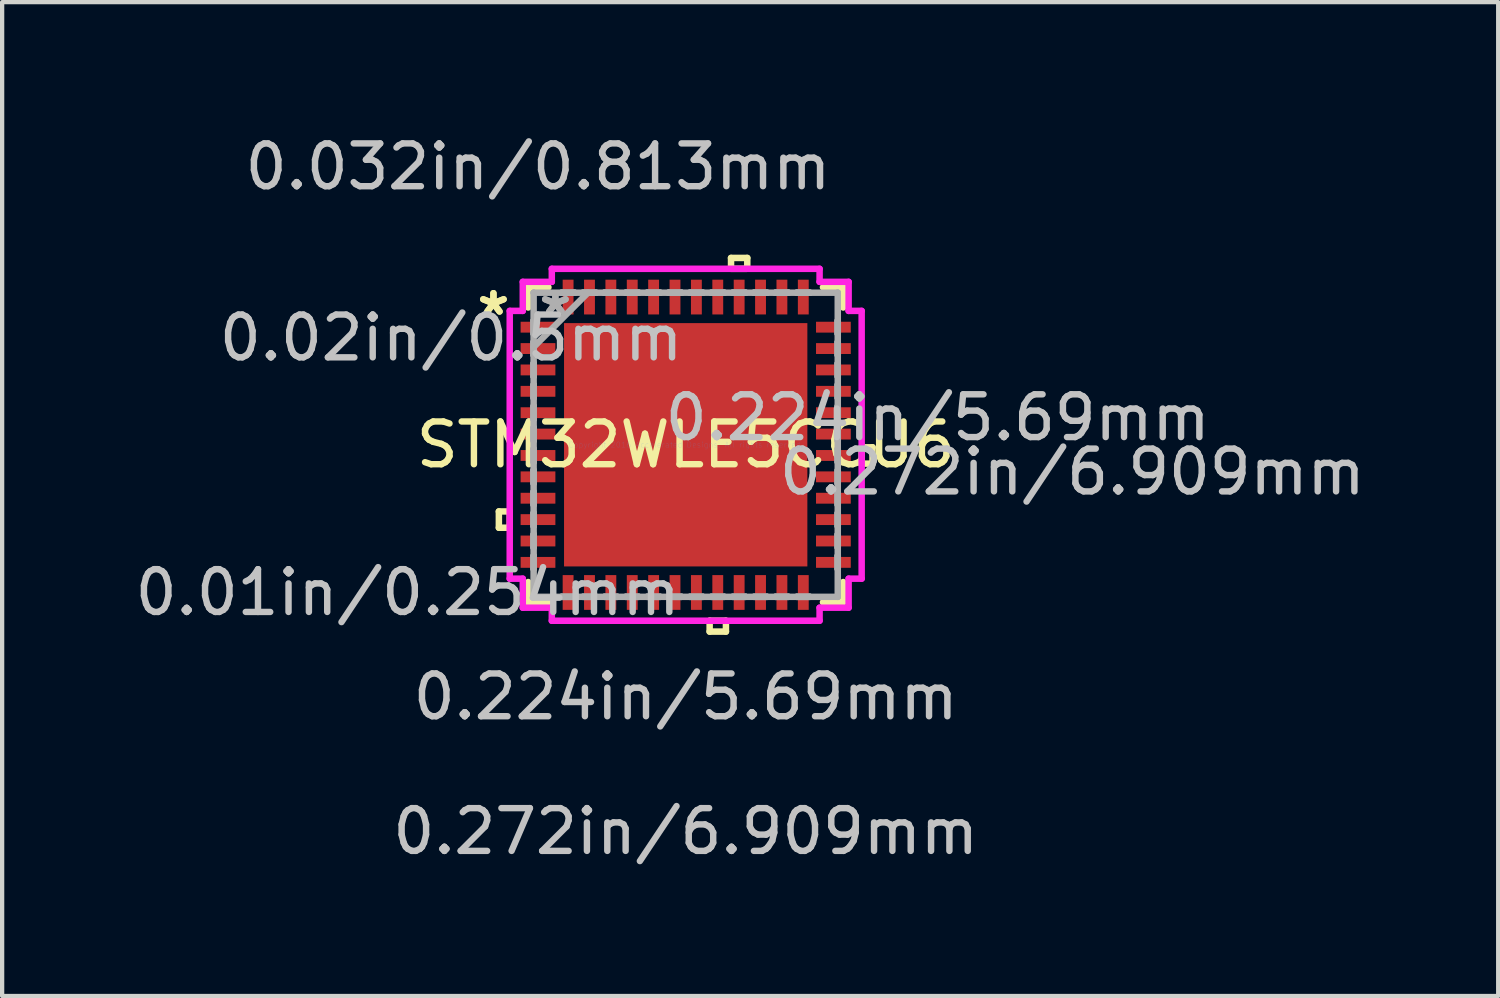
<source format=kicad_pcb>
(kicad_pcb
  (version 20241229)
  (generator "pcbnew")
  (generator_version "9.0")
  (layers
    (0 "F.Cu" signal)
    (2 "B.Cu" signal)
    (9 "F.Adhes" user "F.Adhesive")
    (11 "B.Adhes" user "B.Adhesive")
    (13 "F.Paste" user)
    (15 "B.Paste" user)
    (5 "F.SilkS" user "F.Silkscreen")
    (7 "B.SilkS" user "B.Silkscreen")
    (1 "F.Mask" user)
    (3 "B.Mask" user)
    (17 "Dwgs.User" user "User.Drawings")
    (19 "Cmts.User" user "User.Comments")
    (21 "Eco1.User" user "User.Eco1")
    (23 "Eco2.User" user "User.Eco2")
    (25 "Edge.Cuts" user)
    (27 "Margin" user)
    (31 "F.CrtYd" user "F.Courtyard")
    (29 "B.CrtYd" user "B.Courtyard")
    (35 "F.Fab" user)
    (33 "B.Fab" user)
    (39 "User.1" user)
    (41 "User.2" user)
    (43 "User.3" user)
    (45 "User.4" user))
  (footprint "STM32WLE5CCU6"
    (layer "F.Cu")
    (at 12.985 7.351)
    (property "Reference" "STM32WLE5CCU6" (at 0 0 0) (layer "F.SilkS") (effects (font (size 1 1) (thickness 0.15))))
    (attr through_hole)
    (fp_line (start -4.369 1.559) (end -4.369 1.94) (stroke (width 0.152) (type solid)) (layer "F.SilkS"))
    (fp_line (start -4.369 1.94) (end -4.115 1.94) (stroke (width 0.152) (type solid)) (layer "F.SilkS"))
    (fp_line (start -4.115 1.559) (end -4.369 1.559) (stroke (width 0.152) (type solid)) (layer "F.SilkS"))
    (fp_line (start -4.115 1.94) (end -4.115 1.559) (stroke (width 0.152) (type solid)) (layer "F.SilkS"))
    (fp_line (start -3.683 -3.683) (end -3.683 -3.21) (stroke (width 0.152) (type solid)) (layer "F.SilkS"))
    (fp_line (start -3.683 3.21) (end -3.683 3.683) (stroke (width 0.152) (type solid)) (layer "F.SilkS"))
    (fp_line (start -3.683 3.683) (end -3.21 3.683) (stroke (width 0.152) (type solid)) (layer "F.SilkS"))
    (fp_line (start -3.21 -3.683) (end -3.683 -3.683) (stroke (width 0.152) (type solid)) (layer "F.SilkS"))
    (fp_line (start 0.56 4.115) (end 0.56 4.369) (stroke (width 0.152) (type solid)) (layer "F.SilkS"))
    (fp_line (start 0.56 4.369) (end 0.941 4.369) (stroke (width 0.152) (type solid)) (layer "F.SilkS"))
    (fp_line (start 0.941 4.115) (end 0.56 4.115) (stroke (width 0.152) (type solid)) (layer "F.SilkS"))
    (fp_line (start 0.941 4.369) (end 0.941 4.115) (stroke (width 0.152) (type solid)) (layer "F.SilkS"))
    (fp_line (start 1.06 -4.369) (end 1.44 -4.369) (stroke (width 0.152) (type solid)) (layer "F.SilkS"))
    (fp_line (start 1.06 -4.115) (end 1.06 -4.369) (stroke (width 0.152) (type solid)) (layer "F.SilkS"))
    (fp_line (start 1.44 -4.369) (end 1.44 -4.115) (stroke (width 0.152) (type solid)) (layer "F.SilkS"))
    (fp_line (start 1.44 -4.115) (end 1.06 -4.115) (stroke (width 0.152) (type solid)) (layer "F.SilkS"))
    (fp_line (start 3.21 3.683) (end 3.683 3.683) (stroke (width 0.152) (type solid)) (layer "F.SilkS"))
    (fp_line (start 3.683 -3.683) (end 3.21 -3.683) (stroke (width 0.152) (type solid)) (layer "F.SilkS"))
    (fp_line (start 3.683 -3.21) (end 3.683 -3.683) (stroke (width 0.152) (type solid)) (layer "F.SilkS"))
    (fp_line (start 3.683 3.683) (end 3.683 3.21) (stroke (width 0.152) (type solid)) (layer "F.SilkS"))
    (fp_line (start 4.115 0.059) (end 4.369 0.059) (stroke (width 0.152) (type solid)) (layer "F.SilkS"))
    (fp_line (start 4.115 0.441) (end 4.115 0.059) (stroke (width 0.152) (type solid)) (layer "F.SilkS"))
    (fp_line (start 4.369 0.059) (end 4.369 0.441) (stroke (width 0.152) (type solid)) (layer "F.SilkS"))
    (fp_line (start 4.369 0.441) (end 4.115 0.441) (stroke (width 0.152) (type solid)) (layer "F.SilkS"))
    (fp_line (start -2.745 -2.745) (end -2.745 -1.522) (stroke (width 0.152) (type solid)) (layer "F.Paste"))
    (fp_line (start -2.745 -1.522) (end -1.522 -1.522) (stroke (width 0.152) (type solid)) (layer "F.Paste"))
    (fp_line (start -2.745 -1.322) (end -2.745 -0.1) (stroke (width 0.152) (type solid)) (layer "F.Paste"))
    (fp_line (start -2.745 -0.1) (end -1.522 -0.1) (stroke (width 0.152) (type solid)) (layer "F.Paste"))
    (fp_line (start -2.745 0.1) (end -2.745 1.322) (stroke (width 0.152) (type solid)) (layer "F.Paste"))
    (fp_line (start -2.745 1.322) (end -1.522 1.322) (stroke (width 0.152) (type solid)) (layer "F.Paste"))
    (fp_line (start -2.745 1.522) (end -2.745 2.745) (stroke (width 0.152) (type solid)) (layer "F.Paste"))
    (fp_line (start -2.745 2.745) (end -1.522 2.745) (stroke (width 0.152) (type solid)) (layer "F.Paste"))
    (fp_line (start -1.522 -2.745) (end -2.745 -2.745) (stroke (width 0.152) (type solid)) (layer "F.Paste"))
    (fp_line (start -1.522 -1.522) (end -1.522 -2.745) (stroke (width 0.152) (type solid)) (layer "F.Paste"))
    (fp_line (start -1.522 -1.322) (end -2.745 -1.322) (stroke (width 0.152) (type solid)) (layer "F.Paste"))
    (fp_line (start -1.522 -0.1) (end -1.522 -1.322) (stroke (width 0.152) (type solid)) (layer "F.Paste"))
    (fp_line (start -1.522 0.1) (end -2.745 0.1) (stroke (width 0.152) (type solid)) (layer "F.Paste"))
    (fp_line (start -1.522 1.322) (end -1.522 0.1) (stroke (width 0.152) (type solid)) (layer "F.Paste"))
    (fp_line (start -1.522 1.522) (end -2.745 1.522) (stroke (width 0.152) (type solid)) (layer "F.Paste"))
    (fp_line (start -1.522 2.745) (end -1.522 1.522) (stroke (width 0.152) (type solid)) (layer "F.Paste"))
    (fp_line (start -1.322 -2.745) (end -1.322 -1.522) (stroke (width 0.152) (type solid)) (layer "F.Paste"))
    (fp_line (start -1.322 -1.522) (end -0.1 -1.522) (stroke (width 0.152) (type solid)) (layer "F.Paste"))
    (fp_line (start -1.322 -1.322) (end -1.322 -0.1) (stroke (width 0.152) (type solid)) (layer "F.Paste"))
    (fp_line (start -1.322 -0.1) (end -0.1 -0.1) (stroke (width 0.152) (type solid)) (layer "F.Paste"))
    (fp_line (start -1.322 0.1) (end -1.322 1.322) (stroke (width 0.152) (type solid)) (layer "F.Paste"))
    (fp_line (start -1.322 1.322) (end -0.1 1.322) (stroke (width 0.152) (type solid)) (layer "F.Paste"))
    (fp_line (start -1.322 1.522) (end -1.322 2.745) (stroke (width 0.152) (type solid)) (layer "F.Paste"))
    (fp_line (start -1.322 2.745) (end -0.1 2.745) (stroke (width 0.152) (type solid)) (layer "F.Paste"))
    (fp_line (start -0.1 -2.745) (end -1.322 -2.745) (stroke (width 0.152) (type solid)) (layer "F.Paste"))
    (fp_line (start -0.1 -1.522) (end -0.1 -2.745) (stroke (width 0.152) (type solid)) (layer "F.Paste"))
    (fp_line (start -0.1 -1.322) (end -1.322 -1.322) (stroke (width 0.152) (type solid)) (layer "F.Paste"))
    (fp_line (start -0.1 -0.1) (end -0.1 -1.322) (stroke (width 0.152) (type solid)) (layer "F.Paste"))
    (fp_line (start -0.1 0.1) (end -1.322 0.1) (stroke (width 0.152) (type solid)) (layer "F.Paste"))
    (fp_line (start -0.1 1.322) (end -0.1 0.1) (stroke (width 0.152) (type solid)) (layer "F.Paste"))
    (fp_line (start -0.1 1.522) (end -1.322 1.522) (stroke (width 0.152) (type solid)) (layer "F.Paste"))
    (fp_line (start -0.1 2.745) (end -0.1 1.522) (stroke (width 0.152) (type solid)) (layer "F.Paste"))
    (fp_line (start 0.1 -2.745) (end 0.1 -1.522) (stroke (width 0.152) (type solid)) (layer "F.Paste"))
    (fp_line (start 0.1 -1.522) (end 1.322 -1.522) (stroke (width 0.152) (type solid)) (layer "F.Paste"))
    (fp_line (start 0.1 -1.322) (end 0.1 -0.1) (stroke (width 0.152) (type solid)) (layer "F.Paste"))
    (fp_line (start 0.1 -0.1) (end 1.322 -0.1) (stroke (width 0.152) (type solid)) (layer "F.Paste"))
    (fp_line (start 0.1 0.1) (end 0.1 1.322) (stroke (width 0.152) (type solid)) (layer "F.Paste"))
    (fp_line (start 0.1 1.322) (end 1.322 1.322) (stroke (width 0.152) (type solid)) (layer "F.Paste"))
    (fp_line (start 0.1 1.522) (end 0.1 2.745) (stroke (width 0.152) (type solid)) (layer "F.Paste"))
    (fp_line (start 0.1 2.745) (end 1.322 2.745) (stroke (width 0.152) (type solid)) (layer "F.Paste"))
    (fp_line (start 1.322 -2.745) (end 0.1 -2.745) (stroke (width 0.152) (type solid)) (layer "F.Paste"))
    (fp_line (start 1.322 -1.522) (end 1.322 -2.745) (stroke (width 0.152) (type solid)) (layer "F.Paste"))
    (fp_line (start 1.322 -1.322) (end 0.1 -1.322) (stroke (width 0.152) (type solid)) (layer "F.Paste"))
    (fp_line (start 1.322 -0.1) (end 1.322 -1.322) (stroke (width 0.152) (type solid)) (layer "F.Paste"))
    (fp_line (start 1.322 0.1) (end 0.1 0.1) (stroke (width 0.152) (type solid)) (layer "F.Paste"))
    (fp_line (start 1.322 1.322) (end 1.322 0.1) (stroke (width 0.152) (type solid)) (layer "F.Paste"))
    (fp_line (start 1.322 1.522) (end 0.1 1.522) (stroke (width 0.152) (type solid)) (layer "F.Paste"))
    (fp_line (start 1.322 2.745) (end 1.322 1.522) (stroke (width 0.152) (type solid)) (layer "F.Paste"))
    (fp_line (start 1.522 -2.745) (end 1.522 -1.522) (stroke (width 0.152) (type solid)) (layer "F.Paste"))
    (fp_line (start 1.522 -1.522) (end 2.745 -1.522) (stroke (width 0.152) (type solid)) (layer "F.Paste"))
    (fp_line (start 1.522 -1.322) (end 1.522 -0.1) (stroke (width 0.152) (type solid)) (layer "F.Paste"))
    (fp_line (start 1.522 -0.1) (end 2.745 -0.1) (stroke (width 0.152) (type solid)) (layer "F.Paste"))
    (fp_line (start 1.522 0.1) (end 1.522 1.322) (stroke (width 0.152) (type solid)) (layer "F.Paste"))
    (fp_line (start 1.522 1.322) (end 2.745 1.322) (stroke (width 0.152) (type solid)) (layer "F.Paste"))
    (fp_line (start 1.522 1.522) (end 1.522 2.745) (stroke (width 0.152) (type solid)) (layer "F.Paste"))
    (fp_line (start 1.522 2.745) (end 2.745 2.745) (stroke (width 0.152) (type solid)) (layer "F.Paste"))
    (fp_line (start 2.745 -2.745) (end 1.522 -2.745) (stroke (width 0.152) (type solid)) (layer "F.Paste"))
    (fp_line (start 2.745 -1.522) (end 2.745 -2.745) (stroke (width 0.152) (type solid)) (layer "F.Paste"))
    (fp_line (start 2.745 -1.322) (end 1.522 -1.322) (stroke (width 0.152) (type solid)) (layer "F.Paste"))
    (fp_line (start 2.745 -0.1) (end 2.745 -1.322) (stroke (width 0.152) (type solid)) (layer "F.Paste"))
    (fp_line (start 2.745 0.1) (end 1.522 0.1) (stroke (width 0.152) (type solid)) (layer "F.Paste"))
    (fp_line (start 2.745 1.322) (end 2.745 0.1) (stroke (width 0.152) (type solid)) (layer "F.Paste"))
    (fp_line (start 2.745 1.522) (end 1.522 1.522) (stroke (width 0.152) (type solid)) (layer "F.Paste"))
    (fp_line (start 2.745 2.745) (end 2.745 1.522) (stroke (width 0.152) (type solid)) (layer "F.Paste"))
    (fp_line (start -4.115 -3.131) (end -3.81 -3.131) (stroke (width 0.152) (type solid)) (layer "F.CrtYd"))
    (fp_line (start -4.115 3.131) (end -4.115 -3.131) (stroke (width 0.152) (type solid)) (layer "F.CrtYd"))
    (fp_line (start -3.81 -3.81) (end -3.131 -3.81) (stroke (width 0.152) (type solid)) (layer "F.CrtYd"))
    (fp_line (start -3.81 -3.131) (end -3.81 -3.81) (stroke (width 0.152) (type solid)) (layer "F.CrtYd"))
    (fp_line (start -3.81 3.131) (end -4.115 3.131) (stroke (width 0.152) (type solid)) (layer "F.CrtYd"))
    (fp_line (start -3.81 3.81) (end -3.81 3.131) (stroke (width 0.152) (type solid)) (layer "F.CrtYd"))
    (fp_line (start -3.131 -4.115) (end 3.131 -4.115) (stroke (width 0.152) (type solid)) (layer "F.CrtYd"))
    (fp_line (start -3.131 -3.81) (end -3.131 -4.115) (stroke (width 0.152) (type solid)) (layer "F.CrtYd"))
    (fp_line (start -3.131 3.81) (end -3.81 3.81) (stroke (width 0.152) (type solid)) (layer "F.CrtYd"))
    (fp_line (start -3.131 4.115) (end -3.131 3.81) (stroke (width 0.152) (type solid)) (layer "F.CrtYd"))
    (fp_line (start 3.131 -4.115) (end 3.131 -3.81) (stroke (width 0.152) (type solid)) (layer "F.CrtYd"))
    (fp_line (start 3.131 -3.81) (end 3.81 -3.81) (stroke (width 0.152) (type solid)) (layer "F.CrtYd"))
    (fp_line (start 3.131 3.81) (end 3.131 4.115) (stroke (width 0.152) (type solid)) (layer "F.CrtYd"))
    (fp_line (start 3.131 4.115) (end -3.131 4.115) (stroke (width 0.152) (type solid)) (layer "F.CrtYd"))
    (fp_line (start 3.81 -3.81) (end 3.81 -3.131) (stroke (width 0.152) (type solid)) (layer "F.CrtYd"))
    (fp_line (start 3.81 -3.131) (end 4.115 -3.131) (stroke (width 0.152) (type solid)) (layer "F.CrtYd"))
    (fp_line (start 3.81 3.131) (end 3.81 3.81) (stroke (width 0.152) (type solid)) (layer "F.CrtYd"))
    (fp_line (start 3.81 3.81) (end 3.131 3.81) (stroke (width 0.152) (type solid)) (layer "F.CrtYd"))
    (fp_line (start 4.115 -3.131) (end 4.115 3.131) (stroke (width 0.152) (type solid)) (layer "F.CrtYd"))
    (fp_line (start 4.115 3.131) (end 3.81 3.131) (stroke (width 0.152) (type solid)) (layer "F.CrtYd"))
    (fp_line (start -3.556 -3.556) (end -3.556 -3.556) (stroke (width 0.152) (type solid)) (layer "F.Fab"))
    (fp_line (start -3.556 -3.556) (end -3.556 3.556) (stroke (width 0.152) (type solid)) (layer "F.Fab"))
    (fp_line (start -3.556 -2.902) (end -3.556 -2.902) (stroke (width 0.152) (type solid)) (layer "F.Fab"))
    (fp_line (start -3.556 -2.902) (end -3.556 -2.598) (stroke (width 0.152) (type solid)) (layer "F.Fab"))
    (fp_line (start -3.556 -2.598) (end -3.556 -2.902) (stroke (width 0.152) (type solid)) (layer "F.Fab"))
    (fp_line (start -3.556 -2.598) (end -3.556 -2.598) (stroke (width 0.152) (type solid)) (layer "F.Fab"))
    (fp_line (start -3.556 -2.402) (end -3.556 -2.402) (stroke (width 0.152) (type solid)) (layer "F.Fab"))
    (fp_line (start -3.556 -2.402) (end -3.556 -2.098) (stroke (width 0.152) (type solid)) (layer "F.Fab"))
    (fp_line (start -3.556 -2.286) (end -2.286 -3.556) (stroke (width 0.152) (type solid)) (layer "F.Fab"))
    (fp_line (start -3.556 -2.098) (end -3.556 -2.402) (stroke (width 0.152) (type solid)) (layer "F.Fab"))
    (fp_line (start -3.556 -2.098) (end -3.556 -2.098) (stroke (width 0.152) (type solid)) (layer "F.Fab"))
    (fp_line (start -3.556 -1.902) (end -3.556 -1.902) (stroke (width 0.152) (type solid)) (layer "F.Fab"))
    (fp_line (start -3.556 -1.902) (end -3.556 -1.598) (stroke (width 0.152) (type solid)) (layer "F.Fab"))
    (fp_line (start -3.556 -1.598) (end -3.556 -1.902) (stroke (width 0.152) (type solid)) (layer "F.Fab"))
    (fp_line (start -3.556 -1.598) (end -3.556 -1.598) (stroke (width 0.152) (type solid)) (layer "F.Fab"))
    (fp_line (start -3.556 -1.402) (end -3.556 -1.402) (stroke (width 0.152) (type solid)) (layer "F.Fab"))
    (fp_line (start -3.556 -1.402) (end -3.556 -1.098) (stroke (width 0.152) (type solid)) (layer "F.Fab"))
    (fp_line (start -3.556 -1.098) (end -3.556 -1.402) (stroke (width 0.152) (type solid)) (layer "F.Fab"))
    (fp_line (start -3.556 -1.098) (end -3.556 -1.098) (stroke (width 0.152) (type solid)) (layer "F.Fab"))
    (fp_line (start -3.556 -0.902) (end -3.556 -0.902) (stroke (width 0.152) (type solid)) (layer "F.Fab"))
    (fp_line (start -3.556 -0.902) (end -3.556 -0.598) (stroke (width 0.152) (type solid)) (layer "F.Fab"))
    (fp_line (start -3.556 -0.598) (end -3.556 -0.902) (stroke (width 0.152) (type solid)) (layer "F.Fab"))
    (fp_line (start -3.556 -0.598) (end -3.556 -0.598) (stroke (width 0.152) (type solid)) (layer "F.Fab"))
    (fp_line (start -3.556 -0.402) (end -3.556 -0.402) (stroke (width 0.152) (type solid)) (layer "F.Fab"))
    (fp_line (start -3.556 -0.402) (end -3.556 -0.098) (stroke (width 0.152) (type solid)) (layer "F.Fab"))
    (fp_line (start -3.556 -0.098) (end -3.556 -0.402) (stroke (width 0.152) (type solid)) (layer "F.Fab"))
    (fp_line (start -3.556 -0.098) (end -3.556 -0.098) (stroke (width 0.152) (type solid)) (layer "F.Fab"))
    (fp_line (start -3.556 0.098) (end -3.556 0.098) (stroke (width 0.152) (type solid)) (layer "F.Fab"))
    (fp_line (start -3.556 0.098) (end -3.556 0.402) (stroke (width 0.152) (type solid)) (layer "F.Fab"))
    (fp_line (start -3.556 0.402) (end -3.556 0.098) (stroke (width 0.152) (type solid)) (layer "F.Fab"))
    (fp_line (start -3.556 0.402) (end -3.556 0.402) (stroke (width 0.152) (type solid)) (layer "F.Fab"))
    (fp_line (start -3.556 0.598) (end -3.556 0.598) (stroke (width 0.152) (type solid)) (layer "F.Fab"))
    (fp_line (start -3.556 0.598) (end -3.556 0.902) (stroke (width 0.152) (type solid)) (layer "F.Fab"))
    (fp_line (start -3.556 0.902) (end -3.556 0.598) (stroke (width 0.152) (type solid)) (layer "F.Fab"))
    (fp_line (start -3.556 0.902) (end -3.556 0.902) (stroke (width 0.152) (type solid)) (layer "F.Fab"))
    (fp_line (start -3.556 1.098) (end -3.556 1.098) (stroke (width 0.152) (type solid)) (layer "F.Fab"))
    (fp_line (start -3.556 1.098) (end -3.556 1.402) (stroke (width 0.152) (type solid)) (layer "F.Fab"))
    (fp_line (start -3.556 1.402) (end -3.556 1.098) (stroke (width 0.152) (type solid)) (layer "F.Fab"))
    (fp_line (start -3.556 1.402) (end -3.556 1.402) (stroke (width 0.152) (type solid)) (layer "F.Fab"))
    (fp_line (start -3.556 1.598) (end -3.556 1.598) (stroke (width 0.152) (type solid)) (layer "F.Fab"))
    (fp_line (start -3.556 1.598) (end -3.556 1.902) (stroke (width 0.152) (type solid)) (layer "F.Fab"))
    (fp_line (start -3.556 1.902) (end -3.556 1.598) (stroke (width 0.152) (type solid)) (layer "F.Fab"))
    (fp_line (start -3.556 1.902) (end -3.556 1.902) (stroke (width 0.152) (type solid)) (layer "F.Fab"))
    (fp_line (start -3.556 2.098) (end -3.556 2.098) (stroke (width 0.152) (type solid)) (layer "F.Fab"))
    (fp_line (start -3.556 2.098) (end -3.556 2.402) (stroke (width 0.152) (type solid)) (layer "F.Fab"))
    (fp_line (start -3.556 2.402) (end -3.556 2.098) (stroke (width 0.152) (type solid)) (layer "F.Fab"))
    (fp_line (start -3.556 2.402) (end -3.556 2.402) (stroke (width 0.152) (type solid)) (layer "F.Fab"))
    (fp_line (start -3.556 2.598) (end -3.556 2.598) (stroke (width 0.152) (type solid)) (layer "F.Fab"))
    (fp_line (start -3.556 2.598) (end -3.556 2.902) (stroke (width 0.152) (type solid)) (layer "F.Fab"))
    (fp_line (start -3.556 2.902) (end -3.556 2.598) (stroke (width 0.152) (type solid)) (layer "F.Fab"))
    (fp_line (start -3.556 2.902) (end -3.556 2.902) (stroke (width 0.152) (type solid)) (layer "F.Fab"))
    (fp_line (start -3.556 3.556) (end -3.556 3.556) (stroke (width 0.152) (type solid)) (layer "F.Fab"))
    (fp_line (start -3.556 3.556) (end 3.556 3.556) (stroke (width 0.152) (type solid)) (layer "F.Fab"))
    (fp_line (start -2.902 -3.556) (end -2.902 -3.556) (stroke (width 0.152) (type solid)) (layer "F.Fab"))
    (fp_line (start -2.902 -3.556) (end -2.598 -3.556) (stroke (width 0.152) (type solid)) (layer "F.Fab"))
    (fp_line (start -2.902 3.556) (end -2.902 3.556) (stroke (width 0.152) (type solid)) (layer "F.Fab"))
    (fp_line (start -2.902 3.556) (end -2.598 3.556) (stroke (width 0.152) (type solid)) (layer "F.Fab"))
    (fp_line (start -2.598 -3.556) (end -2.902 -3.556) (stroke (width 0.152) (type solid)) (layer "F.Fab"))
    (fp_line (start -2.598 -3.556) (end -2.598 -3.556) (stroke (width 0.152) (type solid)) (layer "F.Fab"))
    (fp_line (start -2.598 3.556) (end -2.902 3.556) (stroke (width 0.152) (type solid)) (layer "F.Fab"))
    (fp_line (start -2.598 3.556) (end -2.598 3.556) (stroke (width 0.152) (type solid)) (layer "F.Fab"))
    (fp_line (start -2.402 -3.556) (end -2.402 -3.556) (stroke (width 0.152) (type solid)) (layer "F.Fab"))
    (fp_line (start -2.402 -3.556) (end -2.098 -3.556) (stroke (width 0.152) (type solid)) (layer "F.Fab"))
    (fp_line (start -2.402 3.556) (end -2.402 3.556) (stroke (width 0.152) (type solid)) (layer "F.Fab"))
    (fp_line (start -2.402 3.556) (end -2.098 3.556) (stroke (width 0.152) (type solid)) (layer "F.Fab"))
    (fp_line (start -2.098 -3.556) (end -2.402 -3.556) (stroke (width 0.152) (type solid)) (layer "F.Fab"))
    (fp_line (start -2.098 -3.556) (end -2.098 -3.556) (stroke (width 0.152) (type solid)) (layer "F.Fab"))
    (fp_line (start -2.098 3.556) (end -2.402 3.556) (stroke (width 0.152) (type solid)) (layer "F.Fab"))
    (fp_line (start -2.098 3.556) (end -2.098 3.556) (stroke (width 0.152) (type solid)) (layer "F.Fab"))
    (fp_line (start -1.902 -3.556) (end -1.902 -3.556) (stroke (width 0.152) (type solid)) (layer "F.Fab"))
    (fp_line (start -1.902 -3.556) (end -1.598 -3.556) (stroke (width 0.152) (type solid)) (layer "F.Fab"))
    (fp_line (start -1.902 3.556) (end -1.902 3.556) (stroke (width 0.152) (type solid)) (layer "F.Fab"))
    (fp_line (start -1.902 3.556) (end -1.598 3.556) (stroke (width 0.152) (type solid)) (layer "F.Fab"))
    (fp_line (start -1.598 -3.556) (end -1.902 -3.556) (stroke (width 0.152) (type solid)) (layer "F.Fab"))
    (fp_line (start -1.598 -3.556) (end -1.598 -3.556) (stroke (width 0.152) (type solid)) (layer "F.Fab"))
    (fp_line (start -1.598 3.556) (end -1.902 3.556) (stroke (width 0.152) (type solid)) (layer "F.Fab"))
    (fp_line (start -1.598 3.556) (end -1.598 3.556) (stroke (width 0.152) (type solid)) (layer "F.Fab"))
    (fp_line (start -1.402 -3.556) (end -1.402 -3.556) (stroke (width 0.152) (type solid)) (layer "F.Fab"))
    (fp_line (start -1.402 -3.556) (end -1.098 -3.556) (stroke (width 0.152) (type solid)) (layer "F.Fab"))
    (fp_line (start -1.402 3.556) (end -1.402 3.556) (stroke (width 0.152) (type solid)) (layer "F.Fab"))
    (fp_line (start -1.402 3.556) (end -1.098 3.556) (stroke (width 0.152) (type solid)) (layer "F.Fab"))
    (fp_line (start -1.098 -3.556) (end -1.402 -3.556) (stroke (width 0.152) (type solid)) (layer "F.Fab"))
    (fp_line (start -1.098 -3.556) (end -1.098 -3.556) (stroke (width 0.152) (type solid)) (layer "F.Fab"))
    (fp_line (start -1.098 3.556) (end -1.402 3.556) (stroke (width 0.152) (type solid)) (layer "F.Fab"))
    (fp_line (start -1.098 3.556) (end -1.098 3.556) (stroke (width 0.152) (type solid)) (layer "F.Fab"))
    (fp_line (start -0.902 -3.556) (end -0.902 -3.556) (stroke (width 0.152) (type solid)) (layer "F.Fab"))
    (fp_line (start -0.902 -3.556) (end -0.598 -3.556) (stroke (width 0.152) (type solid)) (layer "F.Fab"))
    (fp_line (start -0.902 3.556) (end -0.902 3.556) (stroke (width 0.152) (type solid)) (layer "F.Fab"))
    (fp_line (start -0.902 3.556) (end -0.598 3.556) (stroke (width 0.152) (type solid)) (layer "F.Fab"))
    (fp_line (start -0.598 -3.556) (end -0.902 -3.556) (stroke (width 0.152) (type solid)) (layer "F.Fab"))
    (fp_line (start -0.598 -3.556) (end -0.598 -3.556) (stroke (width 0.152) (type solid)) (layer "F.Fab"))
    (fp_line (start -0.598 3.556) (end -0.902 3.556) (stroke (width 0.152) (type solid)) (layer "F.Fab"))
    (fp_line (start -0.598 3.556) (end -0.598 3.556) (stroke (width 0.152) (type solid)) (layer "F.Fab"))
    (fp_line (start -0.402 -3.556) (end -0.402 -3.556) (stroke (width 0.152) (type solid)) (layer "F.Fab"))
    (fp_line (start -0.402 -3.556) (end -0.098 -3.556) (stroke (width 0.152) (type solid)) (layer "F.Fab"))
    (fp_line (start -0.402 3.556) (end -0.402 3.556) (stroke (width 0.152) (type solid)) (layer "F.Fab"))
    (fp_line (start -0.402 3.556) (end -0.098 3.556) (stroke (width 0.152) (type solid)) (layer "F.Fab"))
    (fp_line (start -0.098 -3.556) (end -0.402 -3.556) (stroke (width 0.152) (type solid)) (layer "F.Fab"))
    (fp_line (start -0.098 -3.556) (end -0.098 -3.556) (stroke (width 0.152) (type solid)) (layer "F.Fab"))
    (fp_line (start -0.098 3.556) (end -0.402 3.556) (stroke (width 0.152) (type solid)) (layer "F.Fab"))
    (fp_line (start -0.098 3.556) (end -0.098 3.556) (stroke (width 0.152) (type solid)) (layer "F.Fab"))
    (fp_line (start 0.098 -3.556) (end 0.098 -3.556) (stroke (width 0.152) (type solid)) (layer "F.Fab"))
    (fp_line (start 0.098 -3.556) (end 0.402 -3.556) (stroke (width 0.152) (type solid)) (layer "F.Fab"))
    (fp_line (start 0.098 3.556) (end 0.098 3.556) (stroke (width 0.152) (type solid)) (layer "F.Fab"))
    (fp_line (start 0.098 3.556) (end 0.402 3.556) (stroke (width 0.152) (type solid)) (layer "F.Fab"))
    (fp_line (start 0.402 -3.556) (end 0.098 -3.556) (stroke (width 0.152) (type solid)) (layer "F.Fab"))
    (fp_line (start 0.402 -3.556) (end 0.402 -3.556) (stroke (width 0.152) (type solid)) (layer "F.Fab"))
    (fp_line (start 0.402 3.556) (end 0.098 3.556) (stroke (width 0.152) (type solid)) (layer "F.Fab"))
    (fp_line (start 0.402 3.556) (end 0.402 3.556) (stroke (width 0.152) (type solid)) (layer "F.Fab"))
    (fp_line (start 0.598 -3.556) (end 0.598 -3.556) (stroke (width 0.152) (type solid)) (layer "F.Fab"))
    (fp_line (start 0.598 -3.556) (end 0.902 -3.556) (stroke (width 0.152) (type solid)) (layer "F.Fab"))
    (fp_line (start 0.598 3.556) (end 0.598 3.556) (stroke (width 0.152) (type solid)) (layer "F.Fab"))
    (fp_line (start 0.598 3.556) (end 0.902 3.556) (stroke (width 0.152) (type solid)) (layer "F.Fab"))
    (fp_line (start 0.902 -3.556) (end 0.598 -3.556) (stroke (width 0.152) (type solid)) (layer "F.Fab"))
    (fp_line (start 0.902 -3.556) (end 0.902 -3.556) (stroke (width 0.152) (type solid)) (layer "F.Fab"))
    (fp_line (start 0.902 3.556) (end 0.598 3.556) (stroke (width 0.152) (type solid)) (layer "F.Fab"))
    (fp_line (start 0.902 3.556) (end 0.902 3.556) (stroke (width 0.152) (type solid)) (layer "F.Fab"))
    (fp_line (start 1.098 -3.556) (end 1.098 -3.556) (stroke (width 0.152) (type solid)) (layer "F.Fab"))
    (fp_line (start 1.098 -3.556) (end 1.402 -3.556) (stroke (width 0.152) (type solid)) (layer "F.Fab"))
    (fp_line (start 1.098 3.556) (end 1.098 3.556) (stroke (width 0.152) (type solid)) (layer "F.Fab"))
    (fp_line (start 1.098 3.556) (end 1.402 3.556) (stroke (width 0.152) (type solid)) (layer "F.Fab"))
    (fp_line (start 1.402 -3.556) (end 1.098 -3.556) (stroke (width 0.152) (type solid)) (layer "F.Fab"))
    (fp_line (start 1.402 -3.556) (end 1.402 -3.556) (stroke (width 0.152) (type solid)) (layer "F.Fab"))
    (fp_line (start 1.402 3.556) (end 1.098 3.556) (stroke (width 0.152) (type solid)) (layer "F.Fab"))
    (fp_line (start 1.402 3.556) (end 1.402 3.556) (stroke (width 0.152) (type solid)) (layer "F.Fab"))
    (fp_line (start 1.598 -3.556) (end 1.598 -3.556) (stroke (width 0.152) (type solid)) (layer "F.Fab"))
    (fp_line (start 1.598 -3.556) (end 1.902 -3.556) (stroke (width 0.152) (type solid)) (layer "F.Fab"))
    (fp_line (start 1.598 3.556) (end 1.598 3.556) (stroke (width 0.152) (type solid)) (layer "F.Fab"))
    (fp_line (start 1.598 3.556) (end 1.902 3.556) (stroke (width 0.152) (type solid)) (layer "F.Fab"))
    (fp_line (start 1.902 -3.556) (end 1.598 -3.556) (stroke (width 0.152) (type solid)) (layer "F.Fab"))
    (fp_line (start 1.902 -3.556) (end 1.902 -3.556) (stroke (width 0.152) (type solid)) (layer "F.Fab"))
    (fp_line (start 1.902 3.556) (end 1.598 3.556) (stroke (width 0.152) (type solid)) (layer "F.Fab"))
    (fp_line (start 1.902 3.556) (end 1.902 3.556) (stroke (width 0.152) (type solid)) (layer "F.Fab"))
    (fp_line (start 2.098 -3.556) (end 2.098 -3.556) (stroke (width 0.152) (type solid)) (layer "F.Fab"))
    (fp_line (start 2.098 -3.556) (end 2.402 -3.556) (stroke (width 0.152) (type solid)) (layer "F.Fab"))
    (fp_line (start 2.098 3.556) (end 2.098 3.556) (stroke (width 0.152) (type solid)) (layer "F.Fab"))
    (fp_line (start 2.098 3.556) (end 2.402 3.556) (stroke (width 0.152) (type solid)) (layer "F.Fab"))
    (fp_line (start 2.402 -3.556) (end 2.098 -3.556) (stroke (width 0.152) (type solid)) (layer "F.Fab"))
    (fp_line (start 2.402 -3.556) (end 2.402 -3.556) (stroke (width 0.152) (type solid)) (layer "F.Fab"))
    (fp_line (start 2.402 3.556) (end 2.098 3.556) (stroke (width 0.152) (type solid)) (layer "F.Fab"))
    (fp_line (start 2.402 3.556) (end 2.402 3.556) (stroke (width 0.152) (type solid)) (layer "F.Fab"))
    (fp_line (start 2.598 -3.556) (end 2.598 -3.556) (stroke (width 0.152) (type solid)) (layer "F.Fab"))
    (fp_line (start 2.598 -3.556) (end 2.902 -3.556) (stroke (width 0.152) (type solid)) (layer "F.Fab"))
    (fp_line (start 2.598 3.556) (end 2.598 3.556) (stroke (width 0.152) (type solid)) (layer "F.Fab"))
    (fp_line (start 2.598 3.556) (end 2.902 3.556) (stroke (width 0.152) (type solid)) (layer "F.Fab"))
    (fp_line (start 2.902 -3.556) (end 2.598 -3.556) (stroke (width 0.152) (type solid)) (layer "F.Fab"))
    (fp_line (start 2.902 -3.556) (end 2.902 -3.556) (stroke (width 0.152) (type solid)) (layer "F.Fab"))
    (fp_line (start 2.902 3.556) (end 2.598 3.556) (stroke (width 0.152) (type solid)) (layer "F.Fab"))
    (fp_line (start 2.902 3.556) (end 2.902 3.556) (stroke (width 0.152) (type solid)) (layer "F.Fab"))
    (fp_line (start 3.556 -3.556) (end -3.556 -3.556) (stroke (width 0.152) (type solid)) (layer "F.Fab"))
    (fp_line (start 3.556 -3.556) (end 3.556 -3.556) (stroke (width 0.152) (type solid)) (layer "F.Fab"))
    (fp_line (start 3.556 -2.902) (end 3.556 -2.902) (stroke (width 0.152) (type solid)) (layer "F.Fab"))
    (fp_line (start 3.556 -2.902) (end 3.556 -2.598) (stroke (width 0.152) (type solid)) (layer "F.Fab"))
    (fp_line (start 3.556 -2.598) (end 3.556 -2.902) (stroke (width 0.152) (type solid)) (layer "F.Fab"))
    (fp_line (start 3.556 -2.598) (end 3.556 -2.598) (stroke (width 0.152) (type solid)) (layer "F.Fab"))
    (fp_line (start 3.556 -2.402) (end 3.556 -2.402) (stroke (width 0.152) (type solid)) (layer "F.Fab"))
    (fp_line (start 3.556 -2.402) (end 3.556 -2.098) (stroke (width 0.152) (type solid)) (layer "F.Fab"))
    (fp_line (start 3.556 -2.098) (end 3.556 -2.402) (stroke (width 0.152) (type solid)) (layer "F.Fab"))
    (fp_line (start 3.556 -2.098) (end 3.556 -2.098) (stroke (width 0.152) (type solid)) (layer "F.Fab"))
    (fp_line (start 3.556 -1.902) (end 3.556 -1.902) (stroke (width 0.152) (type solid)) (layer "F.Fab"))
    (fp_line (start 3.556 -1.902) (end 3.556 -1.598) (stroke (width 0.152) (type solid)) (layer "F.Fab"))
    (fp_line (start 3.556 -1.598) (end 3.556 -1.902) (stroke (width 0.152) (type solid)) (layer "F.Fab"))
    (fp_line (start 3.556 -1.598) (end 3.556 -1.598) (stroke (width 0.152) (type solid)) (layer "F.Fab"))
    (fp_line (start 3.556 -1.402) (end 3.556 -1.402) (stroke (width 0.152) (type solid)) (layer "F.Fab"))
    (fp_line (start 3.556 -1.402) (end 3.556 -1.098) (stroke (width 0.152) (type solid)) (layer "F.Fab"))
    (fp_line (start 3.556 -1.098) (end 3.556 -1.402) (stroke (width 0.152) (type solid)) (layer "F.Fab"))
    (fp_line (start 3.556 -1.098) (end 3.556 -1.098) (stroke (width 0.152) (type solid)) (layer "F.Fab"))
    (fp_line (start 3.556 -0.902) (end 3.556 -0.902) (stroke (width 0.152) (type solid)) (layer "F.Fab"))
    (fp_line (start 3.556 -0.902) (end 3.556 -0.598) (stroke (width 0.152) (type solid)) (layer "F.Fab"))
    (fp_line (start 3.556 -0.598) (end 3.556 -0.902) (stroke (width 0.152) (type solid)) (layer "F.Fab"))
    (fp_line (start 3.556 -0.598) (end 3.556 -0.598) (stroke (width 0.152) (type solid)) (layer "F.Fab"))
    (fp_line (start 3.556 -0.402) (end 3.556 -0.402) (stroke (width 0.152) (type solid)) (layer "F.Fab"))
    (fp_line (start 3.556 -0.402) (end 3.556 -0.098) (stroke (width 0.152) (type solid)) (layer "F.Fab"))
    (fp_line (start 3.556 -0.098) (end 3.556 -0.402) (stroke (width 0.152) (type solid)) (layer "F.Fab"))
    (fp_line (start 3.556 -0.098) (end 3.556 -0.098) (stroke (width 0.152) (type solid)) (layer "F.Fab"))
    (fp_line (start 3.556 0.098) (end 3.556 0.098) (stroke (width 0.152) (type solid)) (layer "F.Fab"))
    (fp_line (start 3.556 0.098) (end 3.556 0.402) (stroke (width 0.152) (type solid)) (layer "F.Fab"))
    (fp_line (start 3.556 0.402) (end 3.556 0.098) (stroke (width 0.152) (type solid)) (layer "F.Fab"))
    (fp_line (start 3.556 0.402) (end 3.556 0.402) (stroke (width 0.152) (type solid)) (layer "F.Fab"))
    (fp_line (start 3.556 0.598) (end 3.556 0.598) (stroke (width 0.152) (type solid)) (layer "F.Fab"))
    (fp_line (start 3.556 0.598) (end 3.556 0.902) (stroke (width 0.152) (type solid)) (layer "F.Fab"))
    (fp_line (start 3.556 0.902) (end 3.556 0.598) (stroke (width 0.152) (type solid)) (layer "F.Fab"))
    (fp_line (start 3.556 0.902) (end 3.556 0.902) (stroke (width 0.152) (type solid)) (layer "F.Fab"))
    (fp_line (start 3.556 1.098) (end 3.556 1.098) (stroke (width 0.152) (type solid)) (layer "F.Fab"))
    (fp_line (start 3.556 1.098) (end 3.556 1.402) (stroke (width 0.152) (type solid)) (layer "F.Fab"))
    (fp_line (start 3.556 1.402) (end 3.556 1.098) (stroke (width 0.152) (type solid)) (layer "F.Fab"))
    (fp_line (start 3.556 1.402) (end 3.556 1.402) (stroke (width 0.152) (type solid)) (layer "F.Fab"))
    (fp_line (start 3.556 1.598) (end 3.556 1.598) (stroke (width 0.152) (type solid)) (layer "F.Fab"))
    (fp_line (start 3.556 1.598) (end 3.556 1.902) (stroke (width 0.152) (type solid)) (layer "F.Fab"))
    (fp_line (start 3.556 1.902) (end 3.556 1.598) (stroke (width 0.152) (type solid)) (layer "F.Fab"))
    (fp_line (start 3.556 1.902) (end 3.556 1.902) (stroke (width 0.152) (type solid)) (layer "F.Fab"))
    (fp_line (start 3.556 2.098) (end 3.556 2.098) (stroke (width 0.152) (type solid)) (layer "F.Fab"))
    (fp_line (start 3.556 2.098) (end 3.556 2.402) (stroke (width 0.152) (type solid)) (layer "F.Fab"))
    (fp_line (start 3.556 2.402) (end 3.556 2.098) (stroke (width 0.152) (type solid)) (layer "F.Fab"))
    (fp_line (start 3.556 2.402) (end 3.556 2.402) (stroke (width 0.152) (type solid)) (layer "F.Fab"))
    (fp_line (start 3.556 2.598) (end 3.556 2.598) (stroke (width 0.152) (type solid)) (layer "F.Fab"))
    (fp_line (start 3.556 2.598) (end 3.556 2.902) (stroke (width 0.152) (type solid)) (layer "F.Fab"))
    (fp_line (start 3.556 2.902) (end 3.556 2.598) (stroke (width 0.152) (type solid)) (layer "F.Fab"))
    (fp_line (start 3.556 2.902) (end 3.556 2.902) (stroke (width 0.152) (type solid)) (layer "F.Fab"))
    (fp_line (start 3.556 3.556) (end 3.556 -3.556) (stroke (width 0.152) (type solid)) (layer "F.Fab"))
    (fp_line (start 3.556 3.556) (end 3.556 3.556) (stroke (width 0.152) (type solid)) (layer "F.Fab"))
    (fp_text user "*" (at -4.496 -3 0) (layer "F.SilkS") (effects (font (size 1 1) (thickness 0.15))))
    (fp_text user "*" (at -4.496 -3 0) (layer "F.SilkS") (effects (font (size 1 1) (thickness 0.15))))
    (fp_text user "0.272in/6.909mm" (at 0 9.042 0) (layer "Dwgs.User") (effects (font (size 1 1) (thickness 0.15))))
    (fp_text user "0.032in/0.813mm" (at -3.454 -6.502 0) (layer "Dwgs.User") (effects (font (size 1 1) (thickness 0.15))))
    (fp_text user "0.01in/0.254mm" (at -6.502 3.454 0) (layer "Dwgs.User") (effects (font (size 1 1) (thickness 0.15))))
    (fp_text user "0.224in/5.69mm" (at 5.893 -0.635 0) (layer "Dwgs.User") (effects (font (size 1 1) (thickness 0.15))))
    (fp_text user "0.02in/0.5mm" (at -5.486 -2.5 0) (layer "Dwgs.User") (effects (font (size 1 1) (thickness 0.15))))
    (fp_text user "0.272in/6.909mm" (at 9.042 0.635 0) (layer "Dwgs.User") (effects (font (size 1 1) (thickness 0.15))))
    (fp_text user "0.224in/5.69mm" (at 0 5.893 0) (layer "Dwgs.User") (effects (font (size 1 1) (thickness 0.15))))
    (fp_text user "Copyright 2016 Accelerated Designs. All rights reserved." (at 0 0 0) (layer "Cmts.User") (effects (font (size 0.127 0.127) (thickness 0.002))))
    (fp_text user "*" (at -3.048 -3 0) (layer "F.Fab") (effects (font (size 1 1) (thickness 0.15))))
    (fp_text user "*" (at -3.048 -3 0) (layer "F.Fab") (effects (font (size 1 1) (thickness 0.15))))
    (pad "1" smd rect (at -3.454 -2.75 90) (size 0.254 0.813) (layers "F.Cu" "F.Mask" "F.Paste"))
    (pad "2" smd rect (at -3.454 -2.25 90) (size 0.254 0.813) (layers "F.Cu" "F.Mask" "F.Paste"))
    (pad "3" smd rect (at -3.454 -1.75 90) (size 0.254 0.813) (layers "F.Cu" "F.Mask" "F.Paste"))
    (pad "4" smd rect (at -3.454 -1.25 90) (size 0.254 0.813) (layers "F.Cu" "F.Mask" "F.Paste"))
    (pad "5" smd rect (at -3.454 -0.75 90) (size 0.254 0.813) (layers "F.Cu" "F.Mask" "F.Paste"))
    (pad "6" smd rect (at -3.454 -0.25 90) (size 0.254 0.813) (layers "F.Cu" "F.Mask" "F.Paste"))
    (pad "7" smd rect (at -3.454 0.25 90) (size 0.254 0.813) (layers "F.Cu" "F.Mask" "F.Paste"))
    (pad "8" smd rect (at -3.454 0.75 90) (size 0.254 0.813) (layers "F.Cu" "F.Mask" "F.Paste"))
    (pad "9" smd rect (at -3.454 1.25 90) (size 0.254 0.813) (layers "F.Cu" "F.Mask" "F.Paste"))
    (pad "10" smd rect (at -3.454 1.75 90) (size 0.254 0.813) (layers "F.Cu" "F.Mask" "F.Paste"))
    (pad "11" smd rect (at -3.454 2.25 90) (size 0.254 0.813) (layers "F.Cu" "F.Mask" "F.Paste"))
    (pad "12" smd rect (at -3.454 2.75 90) (size 0.254 0.813) (layers "F.Cu" "F.Mask" "F.Paste"))
    (pad "13" smd rect (at -2.75 3.454) (size 0.254 0.813) (layers "F.Cu" "F.Mask" "F.Paste"))
    (pad "14" smd rect (at -2.25 3.454) (size 0.254 0.813) (layers "F.Cu" "F.Mask" "F.Paste"))
    (pad "15" smd rect (at -1.75 3.454) (size 0.254 0.813) (layers "F.Cu" "F.Mask" "F.Paste"))
    (pad "16" smd rect (at -1.25 3.454) (size 0.254 0.813) (layers "F.Cu" "F.Mask" "F.Paste"))
    (pad "17" smd rect (at -0.75 3.454) (size 0.254 0.813) (layers "F.Cu" "F.Mask" "F.Paste"))
    (pad "18" smd rect (at -0.25 3.454) (size 0.254 0.813) (layers "F.Cu" "F.Mask" "F.Paste"))
    (pad "19" smd rect (at 0.25 3.454) (size 0.254 0.813) (layers "F.Cu" "F.Mask" "F.Paste"))
    (pad "20" smd rect (at 0.75 3.454) (size 0.254 0.813) (layers "F.Cu" "F.Mask" "F.Paste"))
    (pad "21" smd rect (at 1.25 3.454) (size 0.254 0.813) (layers "F.Cu" "F.Mask" "F.Paste"))
    (pad "22" smd rect (at 1.75 3.454) (size 0.254 0.813) (layers "F.Cu" "F.Mask" "F.Paste"))
    (pad "23" smd rect (at 2.25 3.454) (size 0.254 0.813) (layers "F.Cu" "F.Mask" "F.Paste"))
    (pad "24" smd rect (at 2.75 3.454) (size 0.254 0.813) (layers "F.Cu" "F.Mask" "F.Paste"))
    (pad "25" smd rect (at 3.454 2.75 90) (size 0.254 0.813) (layers "F.Cu" "F.Mask" "F.Paste"))
    (pad "26" smd rect (at 3.454 2.25 90) (size 0.254 0.813) (layers "F.Cu" "F.Mask" "F.Paste"))
    (pad "27" smd rect (at 3.454 1.75 90) (size 0.254 0.813) (layers "F.Cu" "F.Mask" "F.Paste"))
    (pad "28" smd rect (at 3.454 1.25 90) (size 0.254 0.813) (layers "F.Cu" "F.Mask" "F.Paste"))
    (pad "29" smd rect (at 3.454 0.75 90) (size 0.254 0.813) (layers "F.Cu" "F.Mask" "F.Paste"))
    (pad "30" smd rect (at 3.454 0.25 90) (size 0.254 0.813) (layers "F.Cu" "F.Mask" "F.Paste"))
    (pad "31" smd rect (at 3.454 -0.25 90) (size 0.254 0.813) (layers "F.Cu" "F.Mask" "F.Paste"))
    (pad "32" smd rect (at 3.454 -0.75 90) (size 0.254 0.813) (layers "F.Cu" "F.Mask" "F.Paste"))
    (pad "33" smd rect (at 3.454 -1.25 90) (size 0.254 0.813) (layers "F.Cu" "F.Mask" "F.Paste"))
    (pad "34" smd rect (at 3.454 -1.75 90) (size 0.254 0.813) (layers "F.Cu" "F.Mask" "F.Paste"))
    (pad "35" smd rect (at 3.454 -2.25 90) (size 0.254 0.813) (layers "F.Cu" "F.Mask" "F.Paste"))
    (pad "36" smd rect (at 3.454 -2.75 90) (size 0.254 0.813) (layers "F.Cu" "F.Mask" "F.Paste"))
    (pad "37" smd rect (at 2.75 -3.454) (size 0.254 0.813) (layers "F.Cu" "F.Mask" "F.Paste"))
    (pad "38" smd rect (at 2.25 -3.454) (size 0.254 0.813) (layers "F.Cu" "F.Mask" "F.Paste"))
    (pad "39" smd rect (at 1.75 -3.454) (size 0.254 0.813) (layers "F.Cu" "F.Mask" "F.Paste"))
    (pad "40" smd rect (at 1.25 -3.454) (size 0.254 0.813) (layers "F.Cu" "F.Mask" "F.Paste"))
    (pad "41" smd rect (at 0.75 -3.454) (size 0.254 0.813) (layers "F.Cu" "F.Mask" "F.Paste"))
    (pad "42" smd rect (at 0.25 -3.454) (size 0.254 0.813) (layers "F.Cu" "F.Mask" "F.Paste"))
    (pad "43" smd rect (at -0.25 -3.454) (size 0.254 0.813) (layers "F.Cu" "F.Mask" "F.Paste"))
    (pad "44" smd rect (at -0.75 -3.454) (size 0.254 0.813) (layers "F.Cu" "F.Mask" "F.Paste"))
    (pad "45" smd rect (at -1.25 -3.454) (size 0.254 0.813) (layers "F.Cu" "F.Mask" "F.Paste"))
    (pad "46" smd rect (at -1.75 -3.454) (size 0.254 0.813) (layers "F.Cu" "F.Mask" "F.Paste"))
    (pad "47" smd rect (at -2.25 -3.454) (size 0.254 0.813) (layers "F.Cu" "F.Mask" "F.Paste"))
    (pad "48" smd rect (at -2.75 -3.454) (size 0.254 0.813) (layers "F.Cu" "F.Mask" "F.Paste"))
    (pad "49" smd rect (at 0 0) (size 5.69 5.69) (layers "F.Cu" "F.Mask" "F.Paste")))
  (gr_rect
    (start -3 -3)
    (end 31.985 20.241)
    (stroke (width 0.1) (type default))
    (fill no)
    (layer "Edge.Cuts")))
</source>
